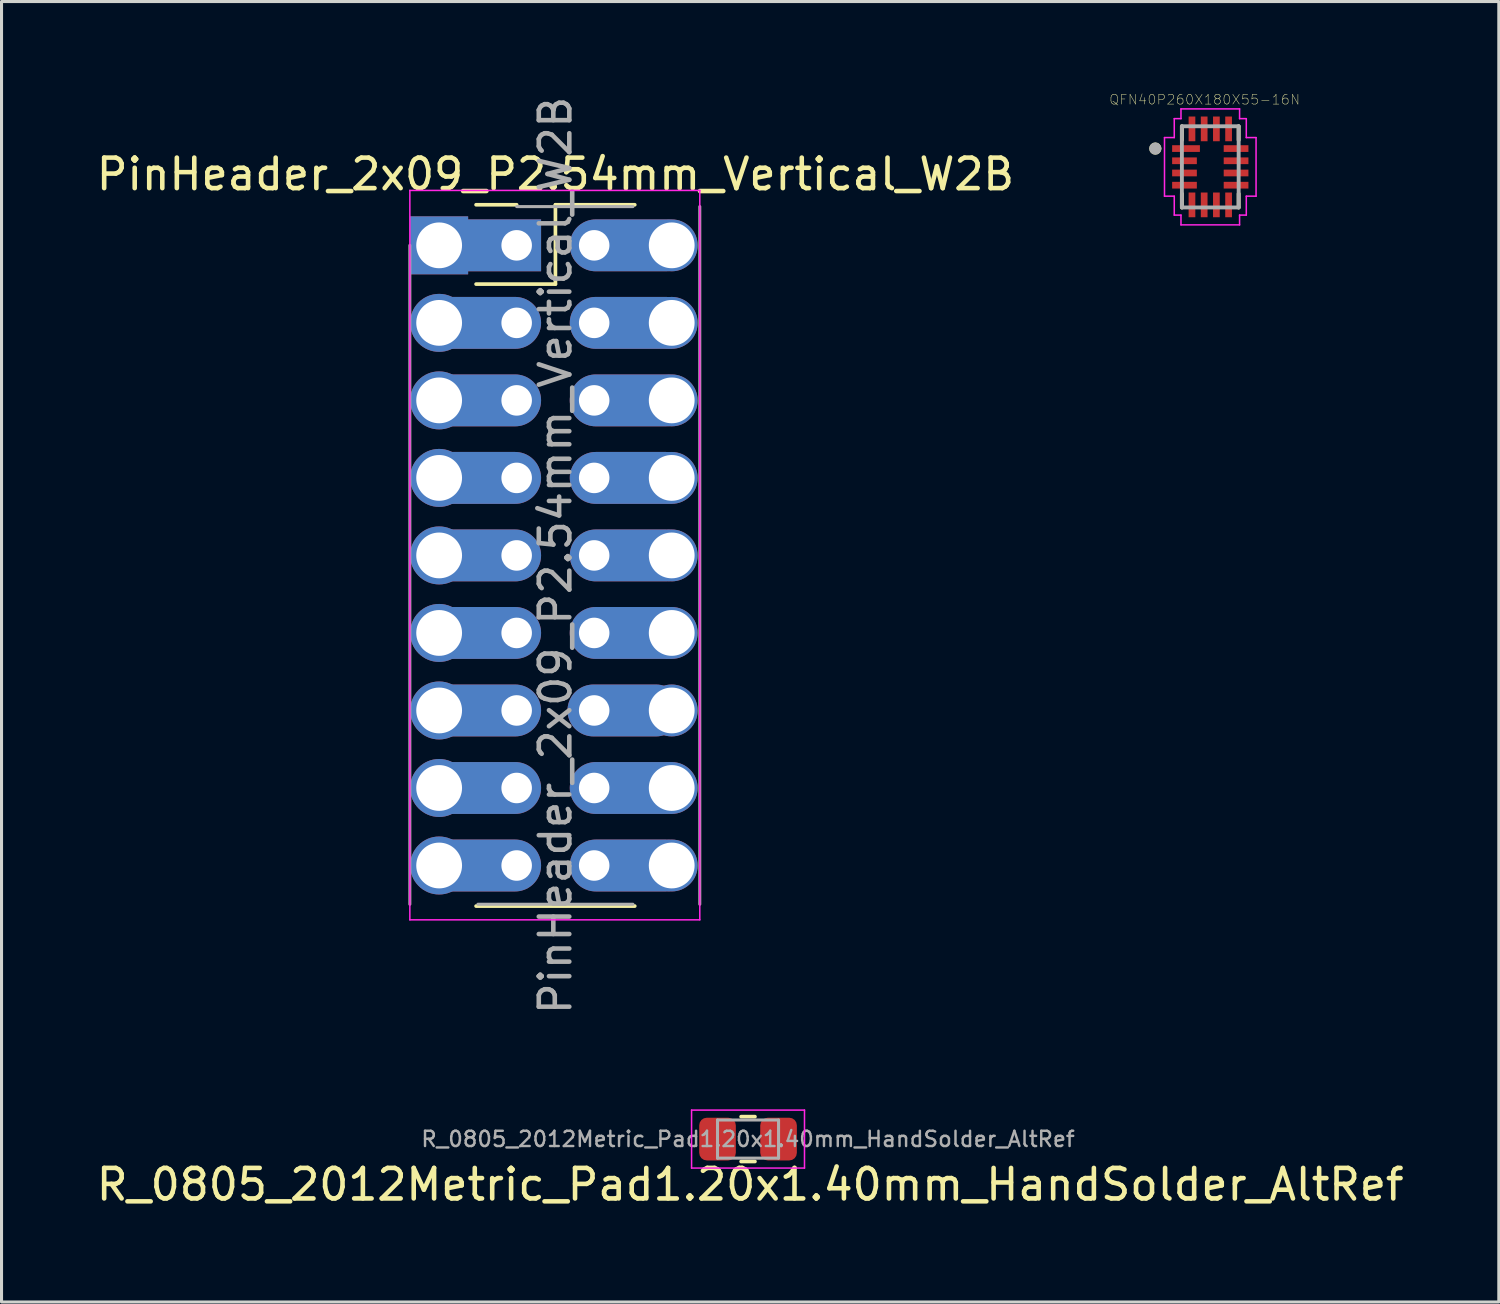
<source format=kicad_pcb>
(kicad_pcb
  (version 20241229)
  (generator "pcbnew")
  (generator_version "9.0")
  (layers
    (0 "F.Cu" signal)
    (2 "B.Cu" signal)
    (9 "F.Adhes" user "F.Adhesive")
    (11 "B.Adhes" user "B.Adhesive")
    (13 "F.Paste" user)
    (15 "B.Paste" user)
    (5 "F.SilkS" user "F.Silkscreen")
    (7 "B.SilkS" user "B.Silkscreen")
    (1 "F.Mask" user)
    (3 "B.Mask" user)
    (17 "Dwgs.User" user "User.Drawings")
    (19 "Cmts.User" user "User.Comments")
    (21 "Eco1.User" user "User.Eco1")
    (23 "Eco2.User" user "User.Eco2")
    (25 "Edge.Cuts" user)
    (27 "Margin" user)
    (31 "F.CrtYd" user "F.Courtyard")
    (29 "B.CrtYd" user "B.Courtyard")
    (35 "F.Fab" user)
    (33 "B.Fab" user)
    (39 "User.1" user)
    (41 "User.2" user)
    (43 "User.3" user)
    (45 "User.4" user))
  (footprint "QFN40P260X180X55-16N"
    (layer "F.Cu")
    (at 36.606 2.418)
    (property "Reference" "QFN40P260X180X55-16N" (at -0.184 -2.205 0) (layer "F.SilkS") (effects (font (size 0.32 0.32) (thickness 0.015))))
    (attr through_hole)
    (fp_line (start -0.93 -1.33) (end -0.93 -0.88) (stroke (width 0.127) (type solid)) (layer "F.SilkS"))
    (fp_line (start -0.93 0.88) (end -0.93 1.33) (stroke (width 0.127) (type solid)) (layer "F.SilkS"))
    (fp_line (start 0.93 -1.33) (end 0.93 -0.88) (stroke (width 0.127) (type solid)) (layer "F.SilkS"))
    (fp_line (start 0.93 1.33) (end 0.93 0.88) (stroke (width 0.127) (type solid)) (layer "F.SilkS"))
    (fp_circle (center -1.8 -0.6) (end -1.7 -0.6) (stroke (width 0.2) (type solid)) (fill no) (layer "F.SilkS"))
    (fp_line (start -1.5 -0.96) (end -1.18 -0.96) (stroke (width 0.05) (type solid)) (layer "F.CrtYd"))
    (fp_line (start -1.5 0.96) (end -1.5 -0.96) (stroke (width 0.05) (type solid)) (layer "F.CrtYd"))
    (fp_line (start -1.5 0.96) (end -1.18 0.96) (stroke (width 0.05) (type solid)) (layer "F.CrtYd"))
    (fp_line (start -1.18 -1.58) (end -0.96 -1.58) (stroke (width 0.05) (type solid)) (layer "F.CrtYd"))
    (fp_line (start -1.18 -0.96) (end -1.18 -1.58) (stroke (width 0.05) (type solid)) (layer "F.CrtYd"))
    (fp_line (start -1.18 0.96) (end -1.18 1.58) (stroke (width 0.05) (type solid)) (layer "F.CrtYd"))
    (fp_line (start -0.96 -1.9) (end 0.96 -1.9) (stroke (width 0.05) (type solid)) (layer "F.CrtYd"))
    (fp_line (start -0.96 -1.58) (end -0.96 -1.9) (stroke (width 0.05) (type solid)) (layer "F.CrtYd"))
    (fp_line (start -0.96 1.58) (end -1.18 1.58) (stroke (width 0.05) (type solid)) (layer "F.CrtYd"))
    (fp_line (start -0.96 1.9) (end -0.96 1.58) (stroke (width 0.05) (type solid)) (layer "F.CrtYd"))
    (fp_line (start 0.96 -1.9) (end 0.96 -1.58) (stroke (width 0.05) (type solid)) (layer "F.CrtYd"))
    (fp_line (start 0.96 -1.58) (end 1.18 -1.58) (stroke (width 0.05) (type solid)) (layer "F.CrtYd"))
    (fp_line (start 0.96 1.58) (end 0.96 1.9) (stroke (width 0.05) (type solid)) (layer "F.CrtYd"))
    (fp_line (start 0.96 1.9) (end -0.96 1.9) (stroke (width 0.05) (type solid)) (layer "F.CrtYd"))
    (fp_line (start 1.18 -0.96) (end 1.18 -1.58) (stroke (width 0.05) (type solid)) (layer "F.CrtYd"))
    (fp_line (start 1.18 0.96) (end 1.18 1.58) (stroke (width 0.05) (type solid)) (layer "F.CrtYd"))
    (fp_line (start 1.18 1.58) (end 0.96 1.58) (stroke (width 0.05) (type solid)) (layer "F.CrtYd"))
    (fp_line (start 1.5 -0.96) (end 1.18 -0.96) (stroke (width 0.05) (type solid)) (layer "F.CrtYd"))
    (fp_line (start 1.5 -0.96) (end 1.5 0.96) (stroke (width 0.05) (type solid)) (layer "F.CrtYd"))
    (fp_line (start 1.5 0.96) (end 1.18 0.96) (stroke (width 0.05) (type solid)) (layer "F.CrtYd"))
    (fp_line (start -0.93 -1.33) (end 0.93 -1.33) (stroke (width 0.127) (type solid)) (layer "F.Fab"))
    (fp_line (start -0.93 1.33) (end -0.93 -1.33) (stroke (width 0.127) (type solid)) (layer "F.Fab"))
    (fp_line (start 0.93 -1.33) (end 0.93 1.33) (stroke (width 0.127) (type solid)) (layer "F.Fab"))
    (fp_line (start 0.93 1.33) (end -0.93 1.33) (stroke (width 0.127) (type solid)) (layer "F.Fab"))
    (fp_circle (center -1.8 -0.6) (end -1.7 -0.6) (stroke (width 0.2) (type solid)) (fill no) (layer "F.Fab"))
    (pad "1" smd rect (at -0.795 -0.6) (size 0.91 0.22) (layers "F.Cu" "F.Mask" "F.Paste"))
    (pad "2" smd rect (at -0.845 -0.2) (size 0.81 0.22) (layers "F.Cu" "F.Mask" "F.Paste"))
    (pad "3" smd rect (at -0.845 0.2) (size 0.81 0.22) (layers "F.Cu" "F.Mask" "F.Paste"))
    (pad "4" smd rect (at -0.845 0.6) (size 0.81 0.22) (layers "F.Cu" "F.Mask" "F.Paste"))
    (pad "5" smd rect (at -0.6 1.245) (size 0.22 0.81) (layers "F.Cu" "F.Mask" "F.Paste"))
    (pad "6" smd rect (at -0.2 1.245) (size 0.22 0.81) (layers "F.Cu" "F.Mask" "F.Paste"))
    (pad "7" smd rect (at 0.2 1.245) (size 0.22 0.81) (layers "F.Cu" "F.Mask" "F.Paste"))
    (pad "8" smd rect (at 0.6 1.245) (size 0.22 0.81) (layers "F.Cu" "F.Mask" "F.Paste"))
    (pad "9" smd rect (at 0.845 0.6) (size 0.81 0.22) (layers "F.Cu" "F.Mask" "F.Paste"))
    (pad "10" smd rect (at 0.845 0.2) (size 0.81 0.22) (layers "F.Cu" "F.Mask" "F.Paste"))
    (pad "11" smd rect (at 0.845 -0.2) (size 0.81 0.22) (layers "F.Cu" "F.Mask" "F.Paste"))
    (pad "12" smd rect (at 0.845 -0.6) (size 0.81 0.22) (layers "F.Cu" "F.Mask" "F.Paste"))
    (pad "13" smd rect (at 0.6 -1.245) (size 0.22 0.81) (layers "F.Cu" "F.Mask" "F.Paste"))
    (pad "14" smd rect (at 0.2 -1.245) (size 0.22 0.81) (layers "F.Cu" "F.Mask" "F.Paste"))
    (pad "15" smd rect (at -0.2 -1.245) (size 0.22 0.81) (layers "F.Cu" "F.Mask" "F.Paste"))
    (pad "16" smd rect (at -0.6 -1.245) (size 0.22 0.81) (layers "F.Cu" "F.Mask" "F.Paste")))
  (footprint "R_0805_2012Metric_Pad1.20x1.40mm_HandSolder_AltRef"
    (layer "F.Cu")
    (at 21.46 34.273)
    (property "Reference" "R_0805_2012Metric_Pad1.20x1.40mm_HandSolder_AltRef" (at 0.07 1.49 0) (layer "F.SilkS") (effects (font (size 1 1) (thickness 0.15))))
    (attr smd)
    (fp_line (start -0.227 -0.735) (end 0.227 -0.735) (stroke (width 0.12) (type solid)) (layer "F.SilkS"))
    (fp_line (start -0.227 0.735) (end 0.227 0.735) (stroke (width 0.12) (type solid)) (layer "F.SilkS"))
    (fp_line (start -1.85 -0.95) (end 1.85 -0.95) (stroke (width 0.05) (type solid)) (layer "F.CrtYd"))
    (fp_line (start -1.85 0.95) (end -1.85 -0.95) (stroke (width 0.05) (type solid)) (layer "F.CrtYd"))
    (fp_line (start 1.85 -0.95) (end 1.85 0.95) (stroke (width 0.05) (type solid)) (layer "F.CrtYd"))
    (fp_line (start 1.85 0.95) (end -1.85 0.95) (stroke (width 0.05) (type solid)) (layer "F.CrtYd"))
    (fp_line (start -1 -0.625) (end 1 -0.625) (stroke (width 0.1) (type solid)) (layer "F.Fab"))
    (fp_line (start -1 0.625) (end -1 -0.625) (stroke (width 0.1) (type solid)) (layer "F.Fab"))
    (fp_line (start 1 -0.625) (end 1 0.625) (stroke (width 0.1) (type solid)) (layer "F.Fab"))
    (fp_line (start 1 0.625) (end -1 0.625) (stroke (width 0.1) (type solid)) (layer "F.Fab"))
    (fp_text user "${REFERENCE}" (at 0 0 0) (layer "F.Fab") (effects (font (size 0.5 0.5) (thickness 0.08))))
    (pad "1" smd roundrect (at -1 0) (size 1.2 1.4) (layers "F.Cu" "F.Mask" "F.Paste") (roundrect_rratio 0.208))
    (pad "2" smd roundrect (at 1 0) (size 1.2 1.4) (layers "F.Cu" "F.Mask" "F.Paste") (roundrect_rratio 0.208)))
  (footprint "PinHeader_2x09_P2.54mm_Vertical_W2B"
    (layer "F.Cu")
    (at 13.879 4.989)
    (property "Reference" "PinHeader_2x09_P2.54mm_Vertical_W2B" (at 1.27 -2.33 0) (layer "F.SilkS") (effects (font (size 1 1) (thickness 0.15))))
    (attr through_hole)
    (fp_line (start -1.33 -1.33) (end 0 -1.33) (stroke (width 0.12) (type solid)) (layer "F.SilkS"))
    (fp_line (start -1.33 1.27) (end 1.27 1.27) (stroke (width 0.12) (type solid)) (layer "F.SilkS"))
    (fp_line (start -1.33 21.65) (end 3.87 21.65) (stroke (width 0.12) (type solid)) (layer "F.SilkS"))
    (fp_line (start 1.27 -1.33) (end 3.87 -1.33) (stroke (width 0.12) (type solid)) (layer "F.SilkS"))
    (fp_line (start 1.27 1.27) (end 1.27 -1.33) (stroke (width 0.12) (type solid)) (layer "F.SilkS"))
    (fp_line (start -3.5 -1.8) (end -3.5 22.1) (stroke (width 0.05) (type solid)) (layer "F.CrtYd"))
    (fp_line (start -3.5 22.1) (end 6 22.1) (stroke (width 0.05) (type solid)) (layer "F.CrtYd"))
    (fp_line (start 6 -1.8) (end -3.5 -1.8) (stroke (width 0.05) (type solid)) (layer "F.CrtYd"))
    (fp_line (start 6 22.1) (end 6 -1.8) (stroke (width 0.05) (type solid)) (layer "F.CrtYd"))
    (fp_line (start -3.5 21.59) (end -3.5 0) (stroke (width 0.1) (type solid)) (layer "F.Fab"))
    (fp_line (start 0 -1.27) (end 3.81 -1.27) (stroke (width 0.1) (type solid)) (layer "F.Fab"))
    (fp_line (start 3.81 21.59) (end -1.27 21.59) (stroke (width 0.1) (type solid)) (layer "F.Fab"))
    (fp_line (start 6 -1.27) (end 6 21.59) (stroke (width 0.1) (type solid)) (layer "F.Fab"))
    (fp_text user "${REFERENCE}" (at 1.27 10.16 90) (layer "F.Fab") (effects (font (size 1 1) (thickness 0.15))))
    (pad "1" thru_hole rect (at -2.54 0 90) (size 1.9 1.9) (drill 1.5) (layers "*.Cu" "*.Mask"))
    (pad "1" thru_hole rect (at 0 0 180) (size 4 1.7) (drill 1 (offset 1.2 0)) (layers "*.Cu" "*.Mask"))
    (pad "2" thru_hole oval (at 2.54 0) (size 4 1.7) (drill 1 (offset 1.2 0)) (layers "*.Cu" "*.Mask"))
    (pad "2" thru_hole oval (at 5.08 0) (size 1.7 1.7) (drill 1.5) (layers "*.Cu" "*.Mask"))
    (pad "3" thru_hole oval (at -2.54 2.54) (size 1.9 1.9) (drill 1.5) (layers "*.Cu" "*.Mask"))
    (pad "3" thru_hole oval (at 0 2.54 180) (size 4 1.7) (drill 1 (offset 1.2 0)) (layers "*.Cu" "*.Mask"))
    (pad "4" thru_hole oval (at 2.54 2.54) (size 4 1.7) (drill 1 (offset 1.2 0)) (layers "*.Cu" "*.Mask"))
    (pad "4" thru_hole oval (at 5.08 2.54) (size 1.7 1.7) (drill 1.5) (layers "*.Cu" "*.Mask"))
    (pad "5" thru_hole oval (at -2.54 5.08) (size 1.9 1.9) (drill 1.5) (layers "*.Cu" "*.Mask"))
    (pad "5" thru_hole oval (at 0 5.08 180) (size 4 1.7) (drill 1 (offset 1.2 0)) (layers "*.Cu" "*.Mask"))
    (pad "6" thru_hole oval (at 2.54 5.08) (size 4 1.7) (drill 1 (offset 1.2 0)) (layers "*.Cu" "*.Mask"))
    (pad "6" thru_hole oval (at 5.08 5.08) (size 1.7 1.7) (drill 1.5) (layers "*.Cu" "*.Mask"))
    (pad "7" thru_hole oval (at -2.54 7.62) (size 1.9 1.9) (drill 1.5) (layers "*.Cu" "*.Mask"))
    (pad "7" thru_hole oval (at 0 7.62 180) (size 4 1.7) (drill 1 (offset 1.2 0)) (layers "*.Cu" "*.Mask"))
    (pad "8" thru_hole oval (at 2.54 7.62) (size 4 1.7) (drill 1 (offset 1.2 0)) (layers "*.Cu" "*.Mask"))
    (pad "8" thru_hole oval (at 5.08 7.62) (size 1.7 1.7) (drill 1.5) (layers "*.Cu" "*.Mask"))
    (pad "9" thru_hole oval (at -2.54 10.16) (size 1.9 1.9) (drill 1.5) (layers "*.Cu" "*.Mask"))
    (pad "9" thru_hole oval (at 0 10.16 180) (size 4 1.7) (drill 1 (offset 1.2 0)) (layers "*.Cu" "*.Mask"))
    (pad "10" thru_hole oval (at 2.54 10.16) (size 4 1.7) (drill 1 (offset 1.2 0)) (layers "*.Cu" "*.Mask"))
    (pad "10" thru_hole oval (at 5.08 10.16) (size 1.7 1.7) (drill 1.5) (layers "*.Cu" "*.Mask"))
    (pad "11" thru_hole oval (at -2.54 12.7) (size 1.9 1.9) (drill 1.5) (layers "*.Cu" "*.Mask"))
    (pad "11" thru_hole oval (at 0 12.7 180) (size 4 1.7) (drill 1 (offset 1.2 0)) (layers "*.Cu" "*.Mask"))
    (pad "12" thru_hole oval (at 2.54 12.7) (size 4 1.7) (drill 1 (offset 1.2 0)) (layers "*.Cu" "*.Mask"))
    (pad "12" thru_hole oval (at 5.08 12.7) (size 1.7 1.7) (drill 1.5) (layers "*.Cu" "*.Mask"))
    (pad "13" thru_hole oval (at -2.54 15.24) (size 1.9 1.9) (drill 1.5) (layers "*.Cu" "*.Mask"))
    (pad "13" thru_hole oval (at 0 15.24 180) (size 4 1.7) (drill 1 (offset 1.2 0)) (layers "*.Cu" "*.Mask"))
    (pad "14" thru_hole oval (at 2.54 15.24) (size 3.75 1.7) (drill 1 (offset 1 0)) (layers "*.Cu" "*.Mask"))
    (pad "14" thru_hole oval (at 5.08 15.24) (size 1.7 1.7) (drill 1.5) (layers "*.Cu" "*.Mask"))
    (pad "15" thru_hole oval (at -2.54 17.78) (size 1.9 1.9) (drill 1.5) (layers "*.Cu" "*.Mask"))
    (pad "15" thru_hole oval (at 0 17.78 180) (size 4 1.7) (drill 1 (offset 1.2 0)) (layers "*.Cu" "*.Mask"))
    (pad "16" thru_hole oval (at 2.54 17.78) (size 4 1.7) (drill 1 (offset 1.2 0)) (layers "*.Cu" "*.Mask"))
    (pad "16" thru_hole oval (at 5.08 17.78) (size 1.7 1.7) (drill 1.5) (layers "*.Cu" "*.Mask"))
    (pad "17" thru_hole oval (at -2.54 20.32) (size 1.9 1.9) (drill 1.5) (layers "*.Cu" "*.Mask"))
    (pad "17" thru_hole oval (at 0 20.32 180) (size 4 1.7) (drill 1 (offset 1.2 0)) (layers "*.Cu" "*.Mask"))
    (pad "18" thru_hole oval (at 2.54 20.32) (size 4 1.7) (drill 1 (offset 1.2 0)) (layers "*.Cu" "*.Mask"))
    (pad "18" thru_hole oval (at 5.08 20.32) (size 1.7 1.7) (drill 1.5) (layers "*.Cu" "*.Mask")))
  (gr_rect
    (start -3 -3)
    (end 46.06 39.611)
    (stroke (width 0.1) (type default))
    (fill no)
    (layer "Edge.Cuts")))
</source>
